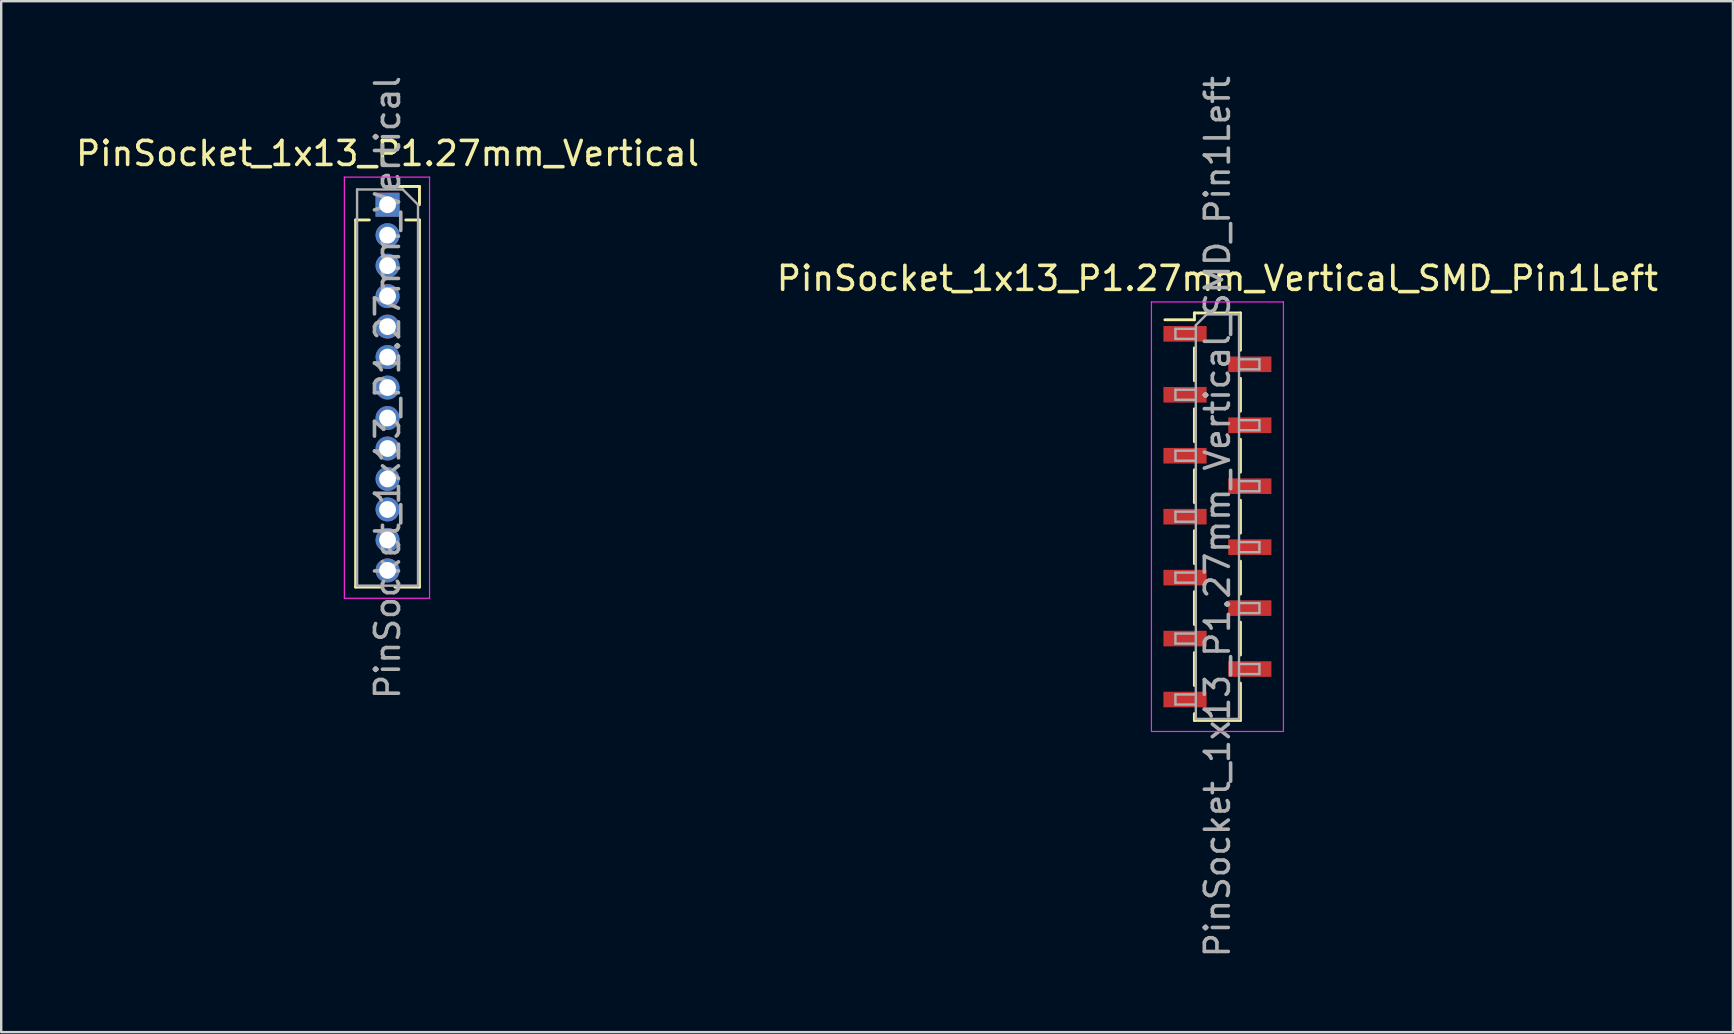
<source format=kicad_pcb>
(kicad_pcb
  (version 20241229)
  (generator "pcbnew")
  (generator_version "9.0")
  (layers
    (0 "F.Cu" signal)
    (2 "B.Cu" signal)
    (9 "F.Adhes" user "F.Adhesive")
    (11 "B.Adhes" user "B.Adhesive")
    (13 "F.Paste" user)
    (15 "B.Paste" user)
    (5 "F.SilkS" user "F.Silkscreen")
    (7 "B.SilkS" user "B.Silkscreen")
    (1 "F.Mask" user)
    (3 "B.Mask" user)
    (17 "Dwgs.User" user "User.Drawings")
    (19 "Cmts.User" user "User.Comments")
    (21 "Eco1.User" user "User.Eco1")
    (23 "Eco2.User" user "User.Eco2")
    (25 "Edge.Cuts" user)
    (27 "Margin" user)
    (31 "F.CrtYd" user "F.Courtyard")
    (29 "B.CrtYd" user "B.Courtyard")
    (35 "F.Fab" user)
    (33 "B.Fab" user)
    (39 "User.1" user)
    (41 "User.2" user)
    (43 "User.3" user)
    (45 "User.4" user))
  (footprint "PinSocket_1x13_P1.27mm_Vertical_SMD_Pin1Left"
    (layer "F.Cu")
    (at 47.685 18.482)
    (property "Reference" "PinSocket_1x13_P1.27mm_Vertical_SMD_Pin1Left" (at 0 -9.93 0) (layer "F.SilkS") (effects (font (size 1 1) (thickness 0.15))))
    (attr smd)
    (fp_line (start -2.19 -8.205) (end -0.96 -8.205) (stroke (width 0.12) (type solid)) (layer "F.SilkS"))
    (fp_line (start -0.96 -8.49) (end -0.96 -8.205) (stroke (width 0.12) (type solid)) (layer "F.SilkS"))
    (fp_line (start -0.96 -8.49) (end 0.96 -8.49) (stroke (width 0.12) (type solid)) (layer "F.SilkS"))
    (fp_line (start -0.96 -7.035) (end -0.96 -5.665) (stroke (width 0.12) (type solid)) (layer "F.SilkS"))
    (fp_line (start -0.96 -4.495) (end -0.96 -3.125) (stroke (width 0.12) (type solid)) (layer "F.SilkS"))
    (fp_line (start -0.96 -1.955) (end -0.96 -0.585) (stroke (width 0.12) (type solid)) (layer "F.SilkS"))
    (fp_line (start -0.96 0.585) (end -0.96 1.955) (stroke (width 0.12) (type solid)) (layer "F.SilkS"))
    (fp_line (start -0.96 3.125) (end -0.96 4.495) (stroke (width 0.12) (type solid)) (layer "F.SilkS"))
    (fp_line (start -0.96 5.665) (end -0.96 7.035) (stroke (width 0.12) (type solid)) (layer "F.SilkS"))
    (fp_line (start -0.96 8.205) (end -0.96 8.49) (stroke (width 0.12) (type solid)) (layer "F.SilkS"))
    (fp_line (start -0.96 8.49) (end 0.96 8.49) (stroke (width 0.12) (type solid)) (layer "F.SilkS"))
    (fp_line (start 0.96 -8.49) (end 0.96 -6.935) (stroke (width 0.12) (type solid)) (layer "F.SilkS"))
    (fp_line (start 0.96 -5.765) (end 0.96 -4.395) (stroke (width 0.12) (type solid)) (layer "F.SilkS"))
    (fp_line (start 0.96 -3.225) (end 0.96 -1.855) (stroke (width 0.12) (type solid)) (layer "F.SilkS"))
    (fp_line (start 0.96 -0.685) (end 0.96 0.685) (stroke (width 0.12) (type solid)) (layer "F.SilkS"))
    (fp_line (start 0.96 1.855) (end 0.96 3.225) (stroke (width 0.12) (type solid)) (layer "F.SilkS"))
    (fp_line (start 0.96 4.395) (end 0.96 5.765) (stroke (width 0.12) (type solid)) (layer "F.SilkS"))
    (fp_line (start 0.96 6.935) (end 0.96 8.49) (stroke (width 0.12) (type solid)) (layer "F.SilkS"))
    (fp_line (start -2.75 -8.95) (end 2.75 -8.95) (stroke (width 0.05) (type solid)) (layer "F.CrtYd"))
    (fp_line (start -2.75 8.95) (end -2.75 -8.95) (stroke (width 0.05) (type solid)) (layer "F.CrtYd"))
    (fp_line (start 2.75 -8.95) (end 2.75 8.95) (stroke (width 0.05) (type solid)) (layer "F.CrtYd"))
    (fp_line (start 2.75 8.95) (end -2.75 8.95) (stroke (width 0.05) (type solid)) (layer "F.CrtYd"))
    (fp_line (start -1.75 -7.83) (end -0.9 -7.83) (stroke (width 0.1) (type solid)) (layer "F.Fab"))
    (fp_line (start -1.75 -7.41) (end -1.75 -7.83) (stroke (width 0.1) (type solid)) (layer "F.Fab"))
    (fp_line (start -1.75 -5.29) (end -0.9 -5.29) (stroke (width 0.1) (type solid)) (layer "F.Fab"))
    (fp_line (start -1.75 -4.87) (end -1.75 -5.29) (stroke (width 0.1) (type solid)) (layer "F.Fab"))
    (fp_line (start -1.75 -2.75) (end -0.9 -2.75) (stroke (width 0.1) (type solid)) (layer "F.Fab"))
    (fp_line (start -1.75 -2.33) (end -1.75 -2.75) (stroke (width 0.1) (type solid)) (layer "F.Fab"))
    (fp_line (start -1.75 -0.21) (end -0.9 -0.21) (stroke (width 0.1) (type solid)) (layer "F.Fab"))
    (fp_line (start -1.75 0.21) (end -1.75 -0.21) (stroke (width 0.1) (type solid)) (layer "F.Fab"))
    (fp_line (start -1.75 2.33) (end -0.9 2.33) (stroke (width 0.1) (type solid)) (layer "F.Fab"))
    (fp_line (start -1.75 2.75) (end -1.75 2.33) (stroke (width 0.1) (type solid)) (layer "F.Fab"))
    (fp_line (start -1.75 4.87) (end -0.9 4.87) (stroke (width 0.1) (type solid)) (layer "F.Fab"))
    (fp_line (start -1.75 5.29) (end -1.75 4.87) (stroke (width 0.1) (type solid)) (layer "F.Fab"))
    (fp_line (start -1.75 7.41) (end -0.9 7.41) (stroke (width 0.1) (type solid)) (layer "F.Fab"))
    (fp_line (start -1.75 7.83) (end -1.75 7.41) (stroke (width 0.1) (type solid)) (layer "F.Fab"))
    (fp_line (start -0.9 -7.98) (end -0.45 -8.43) (stroke (width 0.1) (type solid)) (layer "F.Fab"))
    (fp_line (start -0.9 -7.41) (end -1.75 -7.41) (stroke (width 0.1) (type solid)) (layer "F.Fab"))
    (fp_line (start -0.9 -4.87) (end -1.75 -4.87) (stroke (width 0.1) (type solid)) (layer "F.Fab"))
    (fp_line (start -0.9 -2.33) (end -1.75 -2.33) (stroke (width 0.1) (type solid)) (layer "F.Fab"))
    (fp_line (start -0.9 0.21) (end -1.75 0.21) (stroke (width 0.1) (type solid)) (layer "F.Fab"))
    (fp_line (start -0.9 2.75) (end -1.75 2.75) (stroke (width 0.1) (type solid)) (layer "F.Fab"))
    (fp_line (start -0.9 5.29) (end -1.75 5.29) (stroke (width 0.1) (type solid)) (layer "F.Fab"))
    (fp_line (start -0.9 7.83) (end -1.75 7.83) (stroke (width 0.1) (type solid)) (layer "F.Fab"))
    (fp_line (start -0.9 8.43) (end -0.9 -7.98) (stroke (width 0.1) (type solid)) (layer "F.Fab"))
    (fp_line (start -0.45 -8.43) (end 0.9 -8.43) (stroke (width 0.1) (type solid)) (layer "F.Fab"))
    (fp_line (start 0.9 -8.43) (end 0.9 8.43) (stroke (width 0.1) (type solid)) (layer "F.Fab"))
    (fp_line (start 0.9 -6.56) (end 1.75 -6.56) (stroke (width 0.1) (type solid)) (layer "F.Fab"))
    (fp_line (start 0.9 -4.02) (end 1.75 -4.02) (stroke (width 0.1) (type solid)) (layer "F.Fab"))
    (fp_line (start 0.9 -1.48) (end 1.75 -1.48) (stroke (width 0.1) (type solid)) (layer "F.Fab"))
    (fp_line (start 0.9 1.06) (end 1.75 1.06) (stroke (width 0.1) (type solid)) (layer "F.Fab"))
    (fp_line (start 0.9 3.6) (end 1.75 3.6) (stroke (width 0.1) (type solid)) (layer "F.Fab"))
    (fp_line (start 0.9 6.14) (end 1.75 6.14) (stroke (width 0.1) (type solid)) (layer "F.Fab"))
    (fp_line (start 0.9 8.43) (end -0.9 8.43) (stroke (width 0.1) (type solid)) (layer "F.Fab"))
    (fp_line (start 1.75 -6.56) (end 1.75 -6.14) (stroke (width 0.1) (type solid)) (layer "F.Fab"))
    (fp_line (start 1.75 -6.14) (end 0.9 -6.14) (stroke (width 0.1) (type solid)) (layer "F.Fab"))
    (fp_line (start 1.75 -4.02) (end 1.75 -3.6) (stroke (width 0.1) (type solid)) (layer "F.Fab"))
    (fp_line (start 1.75 -3.6) (end 0.9 -3.6) (stroke (width 0.1) (type solid)) (layer "F.Fab"))
    (fp_line (start 1.75 -1.48) (end 1.75 -1.06) (stroke (width 0.1) (type solid)) (layer "F.Fab"))
    (fp_line (start 1.75 -1.06) (end 0.9 -1.06) (stroke (width 0.1) (type solid)) (layer "F.Fab"))
    (fp_line (start 1.75 1.06) (end 1.75 1.48) (stroke (width 0.1) (type solid)) (layer "F.Fab"))
    (fp_line (start 1.75 1.48) (end 0.9 1.48) (stroke (width 0.1) (type solid)) (layer "F.Fab"))
    (fp_line (start 1.75 3.6) (end 1.75 4.02) (stroke (width 0.1) (type solid)) (layer "F.Fab"))
    (fp_line (start 1.75 4.02) (end 0.9 4.02) (stroke (width 0.1) (type solid)) (layer "F.Fab"))
    (fp_line (start 1.75 6.14) (end 1.75 6.56) (stroke (width 0.1) (type solid)) (layer "F.Fab"))
    (fp_line (start 1.75 6.56) (end 0.9 6.56) (stroke (width 0.1) (type solid)) (layer "F.Fab"))
    (fp_text user "${REFERENCE}" (at 0 0 90) (layer "F.Fab") (effects (font (size 1 1) (thickness 0.15))))
    (pad "1" smd rect (at -1.35 -7.62) (size 1.8 0.65) (layers "F.Cu" "F.Mask" "F.Paste"))
    (pad "2" smd rect (at 1.35 -6.35) (size 1.8 0.65) (layers "F.Cu" "F.Mask" "F.Paste"))
    (pad "3" smd rect (at -1.35 -5.08) (size 1.8 0.65) (layers "F.Cu" "F.Mask" "F.Paste"))
    (pad "4" smd rect (at 1.35 -3.81) (size 1.8 0.65) (layers "F.Cu" "F.Mask" "F.Paste"))
    (pad "5" smd rect (at -1.35 -2.54) (size 1.8 0.65) (layers "F.Cu" "F.Mask" "F.Paste"))
    (pad "6" smd rect (at 1.35 -1.27) (size 1.8 0.65) (layers "F.Cu" "F.Mask" "F.Paste"))
    (pad "7" smd rect (at -1.35 0) (size 1.8 0.65) (layers "F.Cu" "F.Mask" "F.Paste"))
    (pad "8" smd rect (at 1.35 1.27) (size 1.8 0.65) (layers "F.Cu" "F.Mask" "F.Paste"))
    (pad "9" smd rect (at -1.35 2.54) (size 1.8 0.65) (layers "F.Cu" "F.Mask" "F.Paste"))
    (pad "10" smd rect (at 1.35 3.81) (size 1.8 0.65) (layers "F.Cu" "F.Mask" "F.Paste"))
    (pad "11" smd rect (at -1.35 5.08) (size 1.8 0.65) (layers "F.Cu" "F.Mask" "F.Paste"))
    (pad "12" smd rect (at 1.35 6.35) (size 1.8 0.65) (layers "F.Cu" "F.Mask" "F.Paste"))
    (pad "13" smd rect (at -1.35 7.62) (size 1.8 0.65) (layers "F.Cu" "F.Mask" "F.Paste")))
  (footprint "PinSocket_1x13_P1.27mm_Vertical"
    (layer "F.Cu")
    (at 13.101 5.481)
    (property "Reference" "PinSocket_1x13_P1.27mm_Vertical" (at 0 -2.135 0) (layer "F.SilkS") (effects (font (size 1 1) (thickness 0.15))))
    (attr through_hole)
    (fp_line (start -1.33 0.635) (end -1.33 15.935) (stroke (width 0.12) (type solid)) (layer "F.SilkS"))
    (fp_line (start -1.33 0.635) (end -0.76 0.635) (stroke (width 0.12) (type solid)) (layer "F.SilkS"))
    (fp_line (start -1.33 15.935) (end -0.308 15.935) (stroke (width 0.12) (type solid)) (layer "F.SilkS"))
    (fp_line (start 0 -0.76) (end 1.33 -0.76) (stroke (width 0.12) (type solid)) (layer "F.SilkS"))
    (fp_line (start 0.308 15.935) (end 1.33 15.935) (stroke (width 0.12) (type solid)) (layer "F.SilkS"))
    (fp_line (start 0.76 0.635) (end 1.33 0.635) (stroke (width 0.12) (type solid)) (layer "F.SilkS"))
    (fp_line (start 1.33 -0.76) (end 1.33 0) (stroke (width 0.12) (type solid)) (layer "F.SilkS"))
    (fp_line (start 1.33 0.635) (end 1.33 15.935) (stroke (width 0.12) (type solid)) (layer "F.SilkS"))
    (fp_line (start -1.8 -1.15) (end 1.75 -1.15) (stroke (width 0.05) (type solid)) (layer "F.CrtYd"))
    (fp_line (start -1.8 16.4) (end -1.8 -1.15) (stroke (width 0.05) (type solid)) (layer "F.CrtYd"))
    (fp_line (start 1.75 -1.15) (end 1.75 16.4) (stroke (width 0.05) (type solid)) (layer "F.CrtYd"))
    (fp_line (start 1.75 16.4) (end -1.8 16.4) (stroke (width 0.05) (type solid)) (layer "F.CrtYd"))
    (fp_line (start -1.27 -0.635) (end 0.635 -0.635) (stroke (width 0.1) (type solid)) (layer "F.Fab"))
    (fp_line (start -1.27 15.875) (end -1.27 -0.635) (stroke (width 0.1) (type solid)) (layer "F.Fab"))
    (fp_line (start 0.635 -0.635) (end 1.27 0) (stroke (width 0.1) (type solid)) (layer "F.Fab"))
    (fp_line (start 1.27 0) (end 1.27 15.875) (stroke (width 0.1) (type solid)) (layer "F.Fab"))
    (fp_line (start 1.27 15.875) (end -1.27 15.875) (stroke (width 0.1) (type solid)) (layer "F.Fab"))
    (fp_text user "${REFERENCE}" (at 0 7.62 90) (layer "F.Fab") (effects (font (size 1 1) (thickness 0.15))))
    (pad "1" thru_hole rect (at 0 0) (size 1 1) (drill 0.7) (layers "*.Cu" "*.Mask"))
    (pad "2" thru_hole circle (at 0 1.27) (size 1 1) (drill 0.7) (layers "*.Cu" "*.Mask"))
    (pad "3" thru_hole circle (at 0 2.54) (size 1 1) (drill 0.7) (layers "*.Cu" "*.Mask"))
    (pad "4" thru_hole circle (at 0 3.81) (size 1 1) (drill 0.7) (layers "*.Cu" "*.Mask"))
    (pad "5" thru_hole circle (at 0 5.08) (size 1 1) (drill 0.7) (layers "*.Cu" "*.Mask"))
    (pad "6" thru_hole circle (at 0 6.35) (size 1 1) (drill 0.7) (layers "*.Cu" "*.Mask"))
    (pad "7" thru_hole circle (at 0 7.62) (size 1 1) (drill 0.7) (layers "*.Cu" "*.Mask"))
    (pad "8" thru_hole circle (at 0 8.89) (size 1 1) (drill 0.7) (layers "*.Cu" "*.Mask"))
    (pad "9" thru_hole circle (at 0 10.16) (size 1 1) (drill 0.7) (layers "*.Cu" "*.Mask"))
    (pad "10" thru_hole circle (at 0 11.43) (size 1 1) (drill 0.7) (layers "*.Cu" "*.Mask"))
    (pad "11" thru_hole circle (at 0 12.7) (size 1 1) (drill 0.7) (layers "*.Cu" "*.Mask"))
    (pad "12" thru_hole circle (at 0 13.97) (size 1 1) (drill 0.7) (layers "*.Cu" "*.Mask"))
    (pad "13" thru_hole circle (at 0 15.24) (size 1 1) (drill 0.7) (layers "*.Cu" "*.Mask")))
  (gr_rect
    (start -3 -3)
    (end 69.167 39.964)
    (stroke (width 0.1) (type default))
    (fill no)
    (layer "Edge.Cuts")))
</source>
